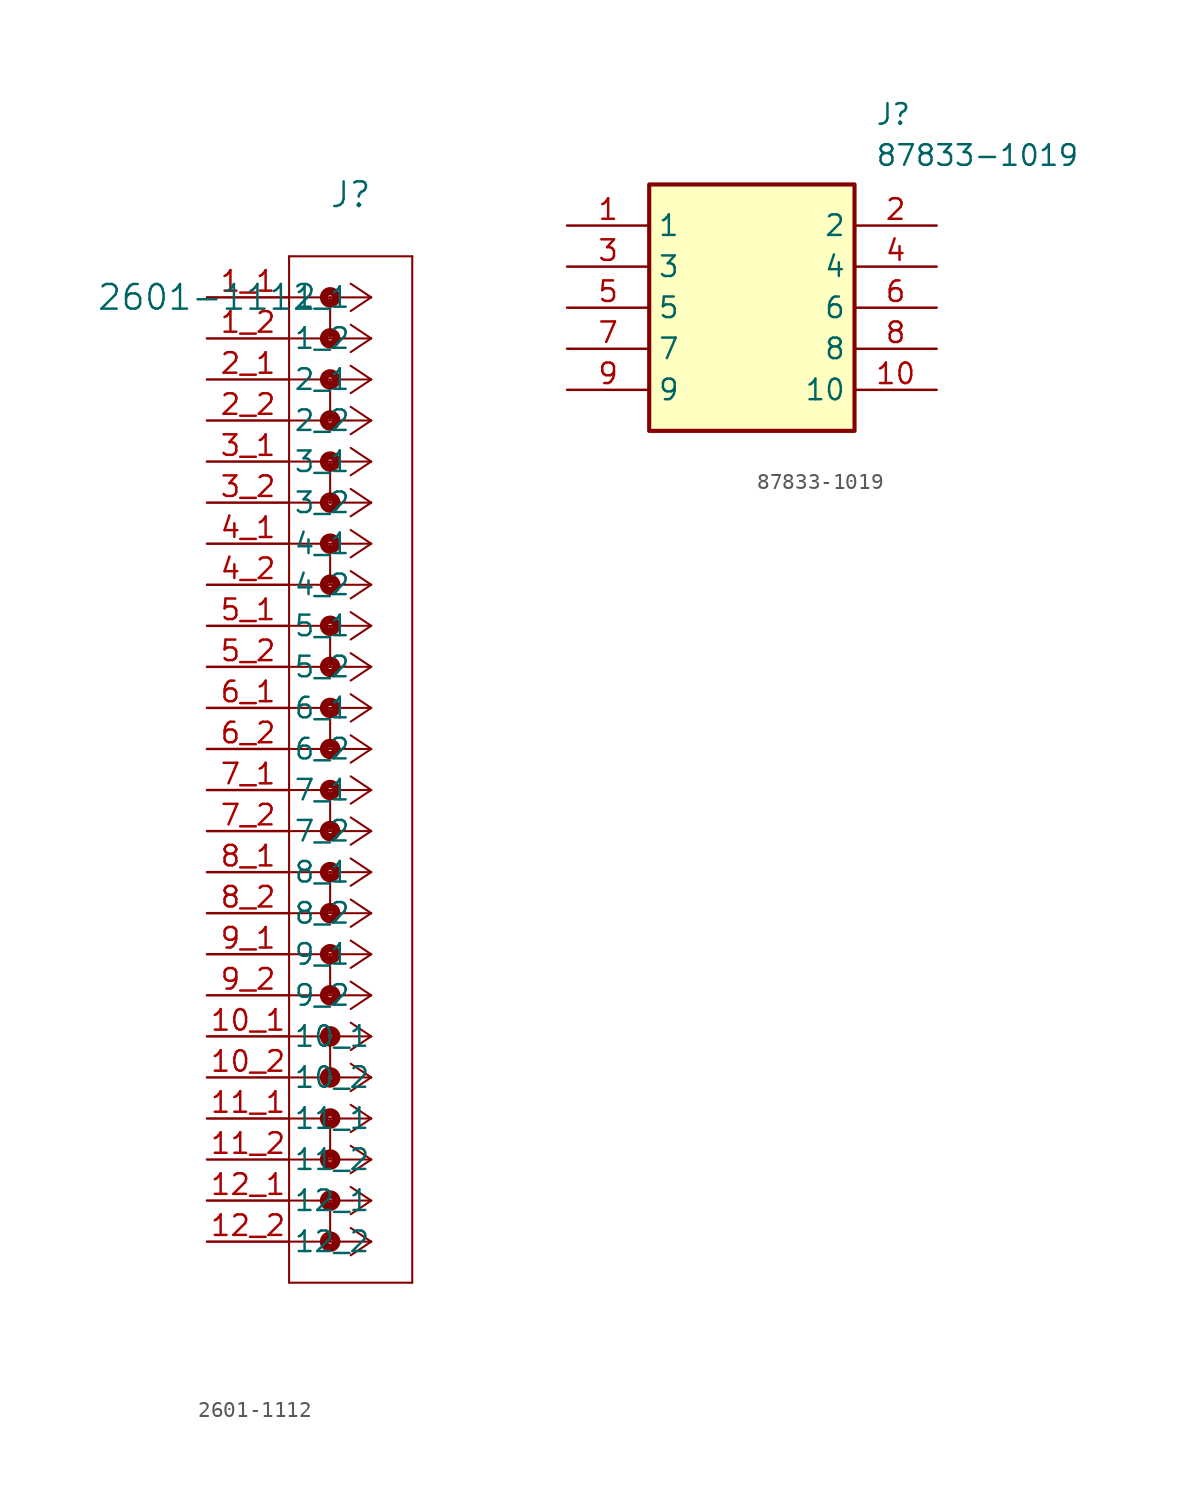
<source format=kicad_sym>
(kicad_symbol_lib
  (version 20231120)
  (generator "kicad_symbol_editor")
  (generator_version "8.0")
  (symbol "2601-1112"
    (pin_names
      (offset 0.254))
    (property "Reference" "J"
      (at 8.89 6.35 0)
      (effects (font (size 1.524 1.524))))
    (property "Value" "2601-1112"
      (at 0 0 0)
      (effects (font (size 1.524 1.524))))
    (property "ki_locked" ""
      (at 0 0 0)
      (effects (font (size 1.27 1.27))))
    (symbol "2601-1112_0_1"
      (polyline (pts (xy 5.08 -60.96) (xy 12.7 -60.96)) (stroke (width 0.127) (type default)) (fill (type none)))
      (polyline (pts (xy 5.08 2.54) (xy 5.08 -60.96)) (stroke (width 0.127) (type default)) (fill (type none)))
      (polyline (pts (xy 7.62 -55.88) (xy 7.62 -58.42)) (stroke (width 0.127) (type default)) (fill (type none)))
      (polyline (pts (xy 7.62 -50.8) (xy 7.62 -53.34)) (stroke (width 0.127) (type default)) (fill (type none)))
      (polyline (pts (xy 7.62 -45.72) (xy 7.62 -48.26)) (stroke (width 0.127) (type default)) (fill (type none)))
      (polyline (pts (xy 7.62 -40.64) (xy 7.62 -43.18)) (stroke (width 0.127) (type default)) (fill (type none)))
      (polyline (pts (xy 7.62 -35.56) (xy 7.62 -38.1)) (stroke (width 0.127) (type default)) (fill (type none)))
      (polyline (pts (xy 7.62 -30.48) (xy 7.62 -33.02)) (stroke (width 0.127) (type default)) (fill (type none)))
      (polyline (pts (xy 7.62 -25.4) (xy 7.62 -27.94)) (stroke (width 0.127) (type default)) (fill (type none)))
      (polyline (pts (xy 7.62 -20.32) (xy 7.62 -22.86)) (stroke (width 0.127) (type default)) (fill (type none)))
      (polyline (pts (xy 7.62 -15.24) (xy 7.62 -17.78)) (stroke (width 0.127) (type default)) (fill (type none)))
      (polyline (pts (xy 7.62 -10.16) (xy 7.62 -12.7)) (stroke (width 0.127) (type default)) (fill (type none)))
      (polyline (pts (xy 7.62 -5.08) (xy 7.62 -7.62)) (stroke (width 0.127) (type default)) (fill (type none)))
      (polyline (pts (xy 7.62 0) (xy 7.62 -2.54)) (stroke (width 0.127) (type default)) (fill (type none)))
      (polyline (pts (xy 10.16 -58.42) (xy 5.08 -58.42)) (stroke (width 0.127) (type default)) (fill (type none)))
      (polyline (pts (xy 10.16 -58.42) (xy 8.89 -59.267)) (stroke (width 0.127) (type default)) (fill (type none)))
      (polyline (pts (xy 10.16 -58.42) (xy 8.89 -57.573)) (stroke (width 0.127) (type default)) (fill (type none)))
      (polyline (pts (xy 10.16 -55.88) (xy 5.08 -55.88)) (stroke (width 0.127) (type default)) (fill (type none)))
      (polyline (pts (xy 10.16 -55.88) (xy 8.89 -56.727)) (stroke (width 0.127) (type default)) (fill (type none)))
      (polyline (pts (xy 10.16 -55.88) (xy 8.89 -55.033)) (stroke (width 0.127) (type default)) (fill (type none)))
      (polyline (pts (xy 10.16 -53.34) (xy 5.08 -53.34)) (stroke (width 0.127) (type default)) (fill (type none)))
      (polyline (pts (xy 10.16 -53.34) (xy 8.89 -54.187)) (stroke (width 0.127) (type default)) (fill (type none)))
      (polyline (pts (xy 10.16 -53.34) (xy 8.89 -52.493)) (stroke (width 0.127) (type default)) (fill (type none)))
      (polyline (pts (xy 10.16 -50.8) (xy 5.08 -50.8)) (stroke (width 0.127) (type default)) (fill (type none)))
      (polyline (pts (xy 10.16 -50.8) (xy 8.89 -51.647)) (stroke (width 0.127) (type default)) (fill (type none)))
      (polyline (pts (xy 10.16 -50.8) (xy 8.89 -49.953)) (stroke (width 0.127) (type default)) (fill (type none)))
      (polyline (pts (xy 10.16 -48.26) (xy 5.08 -48.26)) (stroke (width 0.127) (type default)) (fill (type none)))
      (polyline (pts (xy 10.16 -48.26) (xy 8.89 -49.107)) (stroke (width 0.127) (type default)) (fill (type none)))
      (polyline (pts (xy 10.16 -48.26) (xy 8.89 -47.413)) (stroke (width 0.127) (type default)) (fill (type none)))
      (polyline (pts (xy 10.16 -45.72) (xy 5.08 -45.72)) (stroke (width 0.127) (type default)) (fill (type none)))
      (polyline (pts (xy 10.16 -45.72) (xy 8.89 -46.567)) (stroke (width 0.127) (type default)) (fill (type none)))
      (polyline (pts (xy 10.16 -45.72) (xy 8.89 -44.873)) (stroke (width 0.127) (type default)) (fill (type none)))
      (polyline (pts (xy 10.16 -43.18) (xy 5.08 -43.18)) (stroke (width 0.127) (type default)) (fill (type none)))
      (polyline (pts (xy 10.16 -43.18) (xy 8.89 -44.027)) (stroke (width 0.127) (type default)) (fill (type none)))
      (polyline (pts (xy 10.16 -43.18) (xy 8.89 -42.333)) (stroke (width 0.127) (type default)) (fill (type none)))
      (polyline (pts (xy 10.16 -40.64) (xy 5.08 -40.64)) (stroke (width 0.127) (type default)) (fill (type none)))
      (polyline (pts (xy 10.16 -40.64) (xy 8.89 -41.487)) (stroke (width 0.127) (type default)) (fill (type none)))
      (polyline (pts (xy 10.16 -40.64) (xy 8.89 -39.793)) (stroke (width 0.127) (type default)) (fill (type none)))
      (polyline (pts (xy 10.16 -38.1) (xy 5.08 -38.1)) (stroke (width 0.127) (type default)) (fill (type none)))
      (polyline (pts (xy 10.16 -38.1) (xy 8.89 -38.947)) (stroke (width 0.127) (type default)) (fill (type none)))
      (polyline (pts (xy 10.16 -38.1) (xy 8.89 -37.253)) (stroke (width 0.127) (type default)) (fill (type none)))
      (polyline (pts (xy 10.16 -35.56) (xy 5.08 -35.56)) (stroke (width 0.127) (type default)) (fill (type none)))
      (polyline (pts (xy 10.16 -35.56) (xy 8.89 -36.407)) (stroke (width 0.127) (type default)) (fill (type none)))
      (polyline (pts (xy 10.16 -35.56) (xy 8.89 -34.713)) (stroke (width 0.127) (type default)) (fill (type none)))
      (polyline (pts (xy 10.16 -33.02) (xy 5.08 -33.02)) (stroke (width 0.127) (type default)) (fill (type none)))
      (polyline (pts (xy 10.16 -33.02) (xy 8.89 -33.867)) (stroke (width 0.127) (type default)) (fill (type none)))
      (polyline (pts (xy 10.16 -33.02) (xy 8.89 -32.173)) (stroke (width 0.127) (type default)) (fill (type none)))
      (polyline (pts (xy 10.16 -30.48) (xy 5.08 -30.48)) (stroke (width 0.127) (type default)) (fill (type none)))
      (polyline (pts (xy 10.16 -30.48) (xy 8.89 -31.327)) (stroke (width 0.127) (type default)) (fill (type none)))
      (polyline (pts (xy 10.16 -30.48) (xy 8.89 -29.633)) (stroke (width 0.127) (type default)) (fill (type none)))
      (polyline (pts (xy 10.16 -27.94) (xy 5.08 -27.94)) (stroke (width 0.127) (type default)) (fill (type none)))
      (polyline (pts (xy 10.16 -27.94) (xy 8.89 -28.787)) (stroke (width 0.127) (type default)) (fill (type none)))
      (polyline (pts (xy 10.16 -27.94) (xy 8.89 -27.093)) (stroke (width 0.127) (type default)) (fill (type none)))
      (polyline (pts (xy 10.16 -25.4) (xy 5.08 -25.4)) (stroke (width 0.127) (type default)) (fill (type none)))
      (polyline (pts (xy 10.16 -25.4) (xy 8.89 -26.247)) (stroke (width 0.127) (type default)) (fill (type none)))
      (polyline (pts (xy 10.16 -25.4) (xy 8.89 -24.553)) (stroke (width 0.127) (type default)) (fill (type none)))
      (polyline (pts (xy 10.16 -22.86) (xy 5.08 -22.86)) (stroke (width 0.127) (type default)) (fill (type none)))
      (polyline (pts (xy 10.16 -22.86) (xy 8.89 -23.707)) (stroke (width 0.127) (type default)) (fill (type none)))
      (polyline (pts (xy 10.16 -22.86) (xy 8.89 -22.013)) (stroke (width 0.127) (type default)) (fill (type none)))
      (polyline (pts (xy 10.16 -20.32) (xy 5.08 -20.32)) (stroke (width 0.127) (type default)) (fill (type none)))
      (polyline (pts (xy 10.16 -20.32) (xy 8.89 -21.167)) (stroke (width 0.127) (type default)) (fill (type none)))
      (polyline (pts (xy 10.16 -20.32) (xy 8.89 -19.473)) (stroke (width 0.127) (type default)) (fill (type none)))
      (polyline (pts (xy 10.16 -17.78) (xy 5.08 -17.78)) (stroke (width 0.127) (type default)) (fill (type none)))
      (polyline (pts (xy 10.16 -17.78) (xy 8.89 -18.627)) (stroke (width 0.127) (type default)) (fill (type none)))
      (polyline (pts (xy 10.16 -17.78) (xy 8.89 -16.933)) (stroke (width 0.127) (type default)) (fill (type none)))
      (polyline (pts (xy 10.16 -15.24) (xy 5.08 -15.24)) (stroke (width 0.127) (type default)) (fill (type none)))
      (polyline (pts (xy 10.16 -15.24) (xy 8.89 -16.087)) (stroke (width 0.127) (type default)) (fill (type none)))
      (polyline (pts (xy 10.16 -15.24) (xy 8.89 -14.393)) (stroke (width 0.127) (type default)) (fill (type none)))
      (polyline (pts (xy 10.16 -12.7) (xy 5.08 -12.7)) (stroke (width 0.127) (type default)) (fill (type none)))
      (polyline (pts (xy 10.16 -12.7) (xy 8.89 -13.547)) (stroke (width 0.127) (type default)) (fill (type none)))
      (polyline (pts (xy 10.16 -12.7) (xy 8.89 -11.853)) (stroke (width 0.127) (type default)) (fill (type none)))
      (polyline (pts (xy 10.16 -10.16) (xy 5.08 -10.16)) (stroke (width 0.127) (type default)) (fill (type none)))
      (polyline (pts (xy 10.16 -10.16) (xy 8.89 -11.007)) (stroke (width 0.127) (type default)) (fill (type none)))
      (polyline (pts (xy 10.16 -10.16) (xy 8.89 -9.313)) (stroke (width 0.127) (type default)) (fill (type none)))
      (polyline (pts (xy 10.16 -7.62) (xy 5.08 -7.62)) (stroke (width 0.127) (type default)) (fill (type none)))
      (polyline (pts (xy 10.16 -7.62) (xy 8.89 -8.467)) (stroke (width 0.127) (type default)) (fill (type none)))
      (polyline (pts (xy 10.16 -7.62) (xy 8.89 -6.773)) (stroke (width 0.127) (type default)) (fill (type none)))
      (polyline (pts (xy 10.16 -5.08) (xy 5.08 -5.08)) (stroke (width 0.127) (type default)) (fill (type none)))
      (polyline (pts (xy 10.16 -5.08) (xy 8.89 -5.927)) (stroke (width 0.127) (type default)) (fill (type none)))
      (polyline (pts (xy 10.16 -5.08) (xy 8.89 -4.233)) (stroke (width 0.127) (type default)) (fill (type none)))
      (polyline (pts (xy 10.16 -2.54) (xy 5.08 -2.54)) (stroke (width 0.127) (type default)) (fill (type none)))
      (polyline (pts (xy 10.16 -2.54) (xy 8.89 -3.387)) (stroke (width 0.127) (type default)) (fill (type none)))
      (polyline (pts (xy 10.16 -2.54) (xy 8.89 -1.693)) (stroke (width 0.127) (type default)) (fill (type none)))
      (polyline (pts (xy 10.16 0) (xy 5.08 0)) (stroke (width 0.127) (type default)) (fill (type none)))
      (polyline (pts (xy 10.16 0) (xy 8.89 -0.847)) (stroke (width 0.127) (type default)) (fill (type none)))
      (polyline (pts (xy 10.16 0) (xy 8.89 0.847)) (stroke (width 0.127) (type default)) (fill (type none)))
      (polyline (pts (xy 12.7 -60.96) (xy 12.7 2.54)) (stroke (width 0.127) (type default)) (fill (type none)))
      (polyline (pts (xy 12.7 2.54) (xy 5.08 2.54)) (stroke (width 0.127) (type default)) (fill (type none)))
      (circle (center 7.62 -58.42) (radius 0.127) (stroke (width 0.508) (type default)) (fill (type none)))
      (circle (center 7.62 -55.88) (radius 0.127) (stroke (width 0.508) (type default)) (fill (type none)))
      (circle (center 7.62 -53.34) (radius 0.127) (stroke (width 0.508) (type default)) (fill (type none)))
      (circle (center 7.62 -50.8) (radius 0.127) (stroke (width 0.508) (type default)) (fill (type none)))
      (circle (center 7.62 -48.26) (radius 0.127) (stroke (width 0.508) (type default)) (fill (type none)))
      (circle (center 7.62 -45.72) (radius 0.127) (stroke (width 0.508) (type default)) (fill (type none)))
      (circle (center 7.62 -43.18) (radius 0.127) (stroke (width 0.508) (type default)) (fill (type none)))
      (circle (center 7.62 -40.64) (radius 0.127) (stroke (width 0.508) (type default)) (fill (type none)))
      (circle (center 7.62 -38.1) (radius 0.127) (stroke (width 0.508) (type default)) (fill (type none)))
      (circle (center 7.62 -35.56) (radius 0.127) (stroke (width 0.508) (type default)) (fill (type none)))
      (circle (center 7.62 -33.02) (radius 0.127) (stroke (width 0.508) (type default)) (fill (type none)))
      (circle (center 7.62 -30.48) (radius 0.127) (stroke (width 0.508) (type default)) (fill (type none)))
      (circle (center 7.62 -27.94) (radius 0.127) (stroke (width 0.508) (type default)) (fill (type none)))
      (circle (center 7.62 -25.4) (radius 0.127) (stroke (width 0.508) (type default)) (fill (type none)))
      (circle (center 7.62 -22.86) (radius 0.127) (stroke (width 0.508) (type default)) (fill (type none)))
      (circle (center 7.62 -20.32) (radius 0.127) (stroke (width 0.508) (type default)) (fill (type none)))
      (circle (center 7.62 -17.78) (radius 0.127) (stroke (width 0.508) (type default)) (fill (type none)))
      (circle (center 7.62 -15.24) (radius 0.127) (stroke (width 0.508) (type default)) (fill (type none)))
      (circle (center 7.62 -12.7) (radius 0.127) (stroke (width 0.508) (type default)) (fill (type none)))
      (circle (center 7.62 -10.16) (radius 0.127) (stroke (width 0.508) (type default)) (fill (type none)))
      (circle (center 7.62 -7.62) (radius 0.127) (stroke (width 0.508) (type default)) (fill (type none)))
      (circle (center 7.62 -5.08) (radius 0.127) (stroke (width 0.508) (type default)) (fill (type none)))
      (circle (center 7.62 -2.54) (radius 0.127) (stroke (width 0.508) (type default)) (fill (type none)))
      (circle (center 7.62 0) (radius 0.127) (stroke (width 0.508) (type default)) (fill (type none)))
      (pin unspecified line (at 0 -45.72 0) (length 5.08) (name "10_1" (effects (font (size 1.27 1.27)))) (number "10_1" (effects (font (size 1.27 1.27)))))
      (pin unspecified line (at 0 -48.26 0) (length 5.08) (name "10_2" (effects (font (size 1.27 1.27)))) (number "10_2" (effects (font (size 1.27 1.27)))))
      (pin unspecified line (at 0 -50.8 0) (length 5.08) (name "11_1" (effects (font (size 1.27 1.27)))) (number "11_1" (effects (font (size 1.27 1.27)))))
      (pin unspecified line (at 0 -53.34 0) (length 5.08) (name "11_2" (effects (font (size 1.27 1.27)))) (number "11_2" (effects (font (size 1.27 1.27)))))
      (pin unspecified line (at 0 -55.88 0) (length 5.08) (name "12_1" (effects (font (size 1.27 1.27)))) (number "12_1" (effects (font (size 1.27 1.27)))))
      (pin unspecified line (at 0 -58.42 0) (length 5.08) (name "12_2" (effects (font (size 1.27 1.27)))) (number "12_2" (effects (font (size 1.27 1.27)))))
      (pin unspecified line (at 0 0 0) (length 5.08) (name "1_1" (effects (font (size 1.27 1.27)))) (number "1_1" (effects (font (size 1.27 1.27)))))
      (pin unspecified line (at 0 -2.54 0) (length 5.08) (name "1_2" (effects (font (size 1.27 1.27)))) (number "1_2" (effects (font (size 1.27 1.27)))))
      (pin unspecified line (at 0 -5.08 0) (length 5.08) (name "2_1" (effects (font (size 1.27 1.27)))) (number "2_1" (effects (font (size 1.27 1.27)))))
      (pin unspecified line (at 0 -7.62 0) (length 5.08) (name "2_2" (effects (font (size 1.27 1.27)))) (number "2_2" (effects (font (size 1.27 1.27)))))
      (pin unspecified line (at 0 -10.16 0) (length 5.08) (name "3_1" (effects (font (size 1.27 1.27)))) (number "3_1" (effects (font (size 1.27 1.27)))))
      (pin unspecified line (at 0 -12.7 0) (length 5.08) (name "3_2" (effects (font (size 1.27 1.27)))) (number "3_2" (effects (font (size 1.27 1.27)))))
      (pin unspecified line (at 0 -15.24 0) (length 5.08) (name "4_1" (effects (font (size 1.27 1.27)))) (number "4_1" (effects (font (size 1.27 1.27)))))
      (pin unspecified line (at 0 -17.78 0) (length 5.08) (name "4_2" (effects (font (size 1.27 1.27)))) (number "4_2" (effects (font (size 1.27 1.27)))))
      (pin unspecified line (at 0 -20.32 0) (length 5.08) (name "5_1" (effects (font (size 1.27 1.27)))) (number "5_1" (effects (font (size 1.27 1.27)))))
      (pin unspecified line (at 0 -22.86 0) (length 5.08) (name "5_2" (effects (font (size 1.27 1.27)))) (number "5_2" (effects (font (size 1.27 1.27)))))
      (pin unspecified line (at 0 -25.4 0) (length 5.08) (name "6_1" (effects (font (size 1.27 1.27)))) (number "6_1" (effects (font (size 1.27 1.27)))))
      (pin unspecified line (at 0 -27.94 0) (length 5.08) (name "6_2" (effects (font (size 1.27 1.27)))) (number "6_2" (effects (font (size 1.27 1.27)))))
      (pin unspecified line (at 0 -30.48 0) (length 5.08) (name "7_1" (effects (font (size 1.27 1.27)))) (number "7_1" (effects (font (size 1.27 1.27)))))
      (pin unspecified line (at 0 -33.02 0) (length 5.08) (name "7_2" (effects (font (size 1.27 1.27)))) (number "7_2" (effects (font (size 1.27 1.27)))))
      (pin unspecified line (at 0 -35.56 0) (length 5.08) (name "8_1" (effects (font (size 1.27 1.27)))) (number "8_1" (effects (font (size 1.27 1.27)))))
      (pin unspecified line (at 0 -38.1 0) (length 5.08) (name "8_2" (effects (font (size 1.27 1.27)))) (number "8_2" (effects (font (size 1.27 1.27)))))
      (pin unspecified line (at 0 -40.64 0) (length 5.08) (name "9_1" (effects (font (size 1.27 1.27)))) (number "9_1" (effects (font (size 1.27 1.27)))))
      (pin unspecified line (at 0 -43.18 0) (length 5.08) (name "9_2" (effects (font (size 1.27 1.27)))) (number "9_2" (effects (font (size 1.27 1.27)))))))
  (symbol "87833-1019"
    (property "Reference" "J"
      (at 19.05 7.62 0)
      (effects (font (size 1.27 1.27)) (justify left top)))
    (property "Value" "87833-1019"
      (at 19.05 5.08 0)
      (effects (font (size 1.27 1.27)) (justify left top)))
    (symbol "87833-1019_1_1"
      (rectangle (start 5.08 2.54) (end 17.78 -12.7) (stroke (width 0.254) (type default)) (fill (type background)))
      (pin passive line (at 0 0 0) (length 5.08) (name "1" (effects (font (size 1.27 1.27)))) (number "1" (effects (font (size 1.27 1.27)))))
      (pin passive line (at 22.86 -10.16 180) (length 5.08) (name "10" (effects (font (size 1.27 1.27)))) (number "10" (effects (font (size 1.27 1.27)))))
      (pin passive line (at 22.86 0 180) (length 5.08) (name "2" (effects (font (size 1.27 1.27)))) (number "2" (effects (font (size 1.27 1.27)))))
      (pin passive line (at 0 -2.54 0) (length 5.08) (name "3" (effects (font (size 1.27 1.27)))) (number "3" (effects (font (size 1.27 1.27)))))
      (pin passive line (at 22.86 -2.54 180) (length 5.08) (name "4" (effects (font (size 1.27 1.27)))) (number "4" (effects (font (size 1.27 1.27)))))
      (pin passive line (at 0 -5.08 0) (length 5.08) (name "5" (effects (font (size 1.27 1.27)))) (number "5" (effects (font (size 1.27 1.27)))))
      (pin passive line (at 22.86 -5.08 180) (length 5.08) (name "6" (effects (font (size 1.27 1.27)))) (number "6" (effects (font (size 1.27 1.27)))))
      (pin passive line (at 0 -7.62 0) (length 5.08) (name "7" (effects (font (size 1.27 1.27)))) (number "7" (effects (font (size 1.27 1.27)))))
      (pin passive line (at 22.86 -7.62 180) (length 5.08) (name "8" (effects (font (size 1.27 1.27)))) (number "8" (effects (font (size 1.27 1.27)))))
      (pin passive line (at 0 -10.16 0) (length 5.08) (name "9" (effects (font (size 1.27 1.27)))) (number "9" (effects (font (size 1.27 1.27))))))))
</source>
